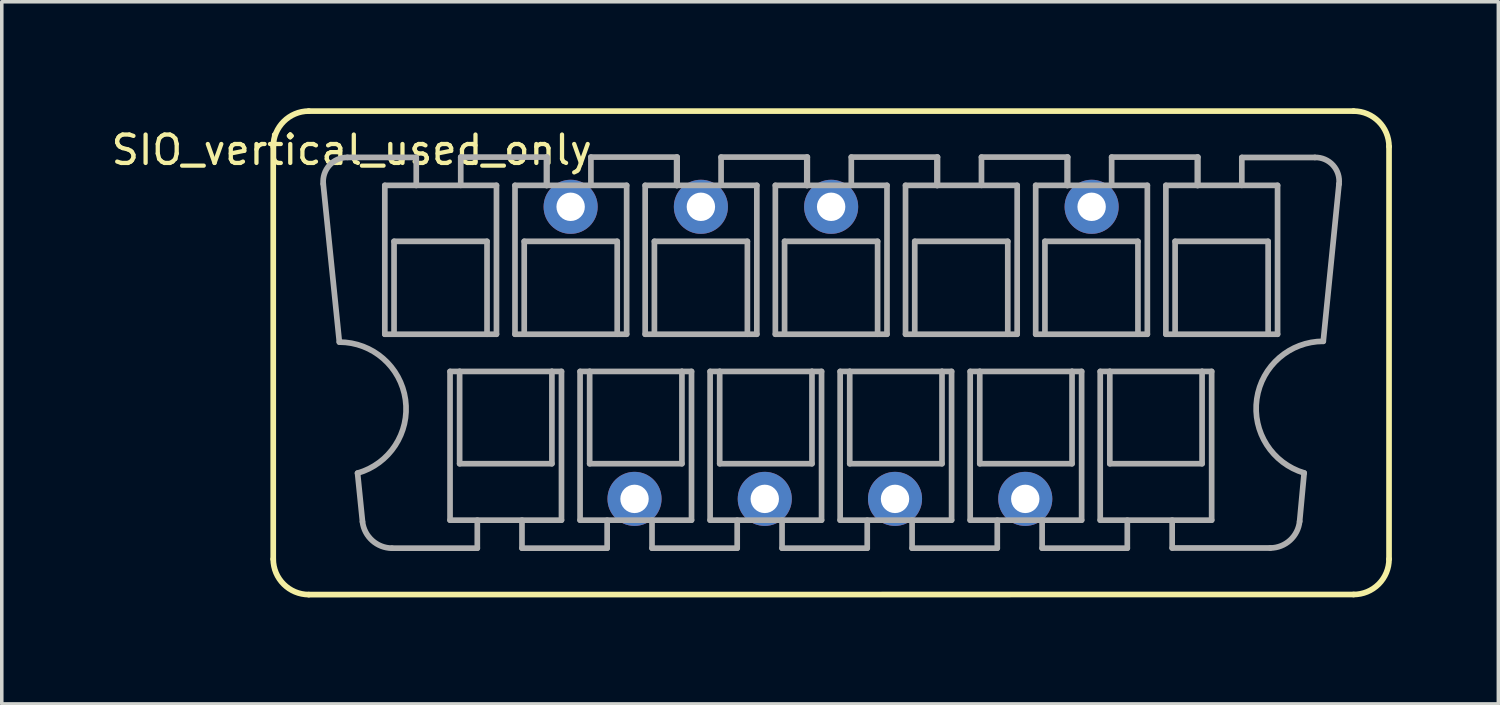
<source format=kicad_pcb>
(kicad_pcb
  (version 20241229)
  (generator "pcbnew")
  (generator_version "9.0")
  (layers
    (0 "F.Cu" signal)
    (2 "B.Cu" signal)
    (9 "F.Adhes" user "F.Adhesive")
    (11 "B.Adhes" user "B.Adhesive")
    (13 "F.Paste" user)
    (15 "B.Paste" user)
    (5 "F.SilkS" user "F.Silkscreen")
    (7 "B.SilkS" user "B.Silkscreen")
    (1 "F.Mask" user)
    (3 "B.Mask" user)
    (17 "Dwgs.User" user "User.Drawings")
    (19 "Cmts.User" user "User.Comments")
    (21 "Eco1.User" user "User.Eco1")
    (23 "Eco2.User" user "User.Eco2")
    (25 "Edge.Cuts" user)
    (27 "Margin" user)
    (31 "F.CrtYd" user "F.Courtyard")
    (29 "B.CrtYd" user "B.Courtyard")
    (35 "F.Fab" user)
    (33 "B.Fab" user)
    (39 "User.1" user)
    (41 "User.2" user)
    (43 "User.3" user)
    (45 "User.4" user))
  (footprint "SIO_vertical_used_only"
    (layer "F.Cu")
    (at 20.369 6.892)
    (property "Reference" "SIO_vertical_used_only" (at -13.507 -5.715 180) (layer "F.SilkS") (effects (font (size 0.8 0.8) (thickness 0.12))))
    (attr through_hole)
    (fp_line (start -15.72 5.812) (end -15.72 -5.812) (stroke (width 0.16) (type solid)) (layer "F.SilkS"))
    (fp_line (start -14.72 -6.812) (end 14.72 -6.812) (stroke (width 0.16) (type solid)) (layer "F.SilkS"))
    (fp_line (start 14.721 6.809) (end -14.72 6.812) (stroke (width 0.16) (type solid)) (layer "F.SilkS"))
    (fp_line (start 15.72 -5.812) (end 15.72 5.812) (stroke (width 0.16) (type solid)) (layer "F.SilkS"))
    (fp_arc (start -15.719997 -5.812524) (mid -15.425466 -6.517836) (end -14.72 -6.812) (stroke (width 0.16) (type solid)) (layer "F.SilkS"))
    (fp_arc (start -14.721002 6.811997) (mid -15.426586 6.517877) (end -15.72 5.812) (stroke (width 0.16) (type solid)) (layer "F.SilkS"))
    (fp_arc (start 14.719747 -6.812) (mid 15.426725 -6.518904) (end 15.72 -5.812) (stroke (width 0.16) (type solid)) (layer "F.SilkS"))
    (fp_arc (start 15.720002 5.81226) (mid 15.427187 6.517785) (end 14.721 6.809) (stroke (width 0.16) (type solid)) (layer "F.SilkS"))
    (fp_line (start -13.857 -0.304) (end -14.311 -4.759) (stroke (width 0.16) (type solid)) (layer "F.Fab"))
    (fp_line (start -13.631 -5.507) (end -11.7 -5.507) (stroke (width 0.16) (type solid)) (layer "F.Fab"))
    (fp_line (start -13.344 3.389) (end -13.205 4.755) (stroke (width 0.16) (type solid)) (layer "F.Fab"))
    (fp_line (start -12.576 -4.719) (end -12.576 -0.524) (stroke (width 0.16) (type solid)) (layer "F.Fab"))
    (fp_line (start -12.576 -0.524) (end -9.43 -0.524) (stroke (width 0.16) (type solid)) (layer "F.Fab"))
    (fp_line (start -12.375 5.504) (end -9.97 5.504) (stroke (width 0.16) (type solid)) (layer "F.Fab"))
    (fp_line (start -12.316 -3.142) (end -9.696 -3.142) (stroke (width 0.16) (type solid)) (layer "F.Fab"))
    (fp_line (start -12.316 -0.529) (end -12.316 -3.142) (stroke (width 0.16) (type solid)) (layer "F.Fab"))
    (fp_line (start -11.69 -5.511) (end -11.69 -4.716) (stroke (width 0.16) (type solid)) (layer "F.Fab"))
    (fp_line (start -10.738 4.714) (end -10.738 0.524) (stroke (width 0.16) (type solid)) (layer "F.Fab"))
    (fp_line (start -10.738 4.714) (end -7.598 4.714) (stroke (width 0.16) (type solid)) (layer "F.Fab"))
    (fp_line (start -10.468 0.524) (end -10.738 0.524) (stroke (width 0.16) (type solid)) (layer "F.Fab"))
    (fp_line (start -10.468 0.524) (end -7.868 0.524) (stroke (width 0.16) (type solid)) (layer "F.Fab"))
    (fp_line (start -10.468 3.124) (end -10.468 0.524) (stroke (width 0.16) (type solid)) (layer "F.Fab"))
    (fp_line (start -10.468 3.124) (end -7.868 3.124) (stroke (width 0.16) (type solid)) (layer "F.Fab"))
    (fp_line (start -10.437 -5.516) (end -10.437 -4.719) (stroke (width 0.16) (type solid)) (layer "F.Fab"))
    (fp_line (start -10.437 -5.516) (end -8.007 -5.516) (stroke (width 0.16) (type solid)) (layer "F.Fab"))
    (fp_line (start -9.97 5.504) (end -9.97 4.714) (stroke (width 0.16) (type solid)) (layer "F.Fab"))
    (fp_line (start -9.696 -3.142) (end -9.696 -0.524) (stroke (width 0.16) (type solid)) (layer "F.Fab"))
    (fp_line (start -9.43 -4.719) (end -12.576 -4.719) (stroke (width 0.16) (type solid)) (layer "F.Fab"))
    (fp_line (start -9.43 -0.524) (end -9.43 -4.719) (stroke (width 0.16) (type solid)) (layer "F.Fab"))
    (fp_line (start -8.908 -4.719) (end -8.908 -0.524) (stroke (width 0.16) (type solid)) (layer "F.Fab"))
    (fp_line (start -8.908 -0.524) (end -5.762 -0.524) (stroke (width 0.16) (type solid)) (layer "F.Fab"))
    (fp_line (start -8.711 5.504) (end -8.711 4.714) (stroke (width 0.16) (type solid)) (layer "F.Fab"))
    (fp_line (start -8.711 5.504) (end -6.311 5.504) (stroke (width 0.16) (type solid)) (layer "F.Fab"))
    (fp_line (start -8.648 -3.142) (end -6.028 -3.142) (stroke (width 0.16) (type solid)) (layer "F.Fab"))
    (fp_line (start -8.648 -0.529) (end -8.648 -3.142) (stroke (width 0.16) (type solid)) (layer "F.Fab"))
    (fp_line (start -8.022 -5.511) (end -8.022 -4.716) (stroke (width 0.16) (type solid)) (layer "F.Fab"))
    (fp_line (start -8.007 -5.516) (end -8.007 -4.716) (stroke (width 0.16) (type solid)) (layer "F.Fab"))
    (fp_line (start -7.868 0.524) (end -7.598 0.524) (stroke (width 0.16) (type solid)) (layer "F.Fab"))
    (fp_line (start -7.868 3.124) (end -7.868 0.524) (stroke (width 0.16) (type solid)) (layer "F.Fab"))
    (fp_line (start -7.598 4.714) (end -7.598 0.524) (stroke (width 0.16) (type solid)) (layer "F.Fab"))
    (fp_line (start -7.074 4.714) (end -7.074 0.524) (stroke (width 0.16) (type solid)) (layer "F.Fab"))
    (fp_line (start -7.074 4.714) (end -3.934 4.714) (stroke (width 0.16) (type solid)) (layer "F.Fab"))
    (fp_line (start -6.804 0.524) (end -7.074 0.524) (stroke (width 0.16) (type solid)) (layer "F.Fab"))
    (fp_line (start -6.804 0.524) (end -4.204 0.524) (stroke (width 0.16) (type solid)) (layer "F.Fab"))
    (fp_line (start -6.804 3.124) (end -6.804 0.524) (stroke (width 0.16) (type solid)) (layer "F.Fab"))
    (fp_line (start -6.804 3.124) (end -4.204 3.124) (stroke (width 0.16) (type solid)) (layer "F.Fab"))
    (fp_line (start -6.769 -5.516) (end -6.769 -4.719) (stroke (width 0.16) (type solid)) (layer "F.Fab"))
    (fp_line (start -6.769 -5.516) (end -4.339 -5.516) (stroke (width 0.16) (type solid)) (layer "F.Fab"))
    (fp_line (start -6.311 5.504) (end -6.311 4.716) (stroke (width 0.16) (type solid)) (layer "F.Fab"))
    (fp_line (start -6.028 -3.142) (end -6.028 -0.524) (stroke (width 0.16) (type solid)) (layer "F.Fab"))
    (fp_line (start -5.762 -4.719) (end -8.908 -4.719) (stroke (width 0.16) (type solid)) (layer "F.Fab"))
    (fp_line (start -5.762 -0.524) (end -5.762 -4.719) (stroke (width 0.16) (type solid)) (layer "F.Fab"))
    (fp_line (start -5.24 -4.719) (end -5.24 -0.524) (stroke (width 0.16) (type solid)) (layer "F.Fab"))
    (fp_line (start -5.24 -0.524) (end -2.094 -0.524) (stroke (width 0.16) (type solid)) (layer "F.Fab"))
    (fp_line (start -5.047 5.504) (end -5.047 4.714) (stroke (width 0.16) (type solid)) (layer "F.Fab"))
    (fp_line (start -5.047 5.504) (end -2.647 5.504) (stroke (width 0.16) (type solid)) (layer "F.Fab"))
    (fp_line (start -4.98 -3.142) (end -2.36 -3.142) (stroke (width 0.16) (type solid)) (layer "F.Fab"))
    (fp_line (start -4.98 -0.529) (end -4.98 -3.142) (stroke (width 0.16) (type solid)) (layer "F.Fab"))
    (fp_line (start -4.354 -5.511) (end -4.354 -4.716) (stroke (width 0.16) (type solid)) (layer "F.Fab"))
    (fp_line (start -4.339 -5.516) (end -4.339 -4.716) (stroke (width 0.16) (type solid)) (layer "F.Fab"))
    (fp_line (start -4.204 0.524) (end -3.934 0.524) (stroke (width 0.16) (type solid)) (layer "F.Fab"))
    (fp_line (start -4.204 3.124) (end -4.204 0.524) (stroke (width 0.16) (type solid)) (layer "F.Fab"))
    (fp_line (start -3.934 4.714) (end -3.934 0.524) (stroke (width 0.16) (type solid)) (layer "F.Fab"))
    (fp_line (start -3.41 4.714) (end -3.41 0.524) (stroke (width 0.16) (type solid)) (layer "F.Fab"))
    (fp_line (start -3.41 4.714) (end -0.27 4.714) (stroke (width 0.16) (type solid)) (layer "F.Fab"))
    (fp_line (start -3.14 0.524) (end -3.41 0.524) (stroke (width 0.16) (type solid)) (layer "F.Fab"))
    (fp_line (start -3.14 0.524) (end -0.54 0.524) (stroke (width 0.16) (type solid)) (layer "F.Fab"))
    (fp_line (start -3.14 3.124) (end -3.14 0.524) (stroke (width 0.16) (type solid)) (layer "F.Fab"))
    (fp_line (start -3.14 3.124) (end -0.54 3.124) (stroke (width 0.16) (type solid)) (layer "F.Fab"))
    (fp_line (start -3.101 -5.516) (end -3.101 -4.719) (stroke (width 0.16) (type solid)) (layer "F.Fab"))
    (fp_line (start -3.101 -5.516) (end -0.671 -5.516) (stroke (width 0.16) (type solid)) (layer "F.Fab"))
    (fp_line (start -2.647 5.504) (end -2.647 4.716) (stroke (width 0.16) (type solid)) (layer "F.Fab"))
    (fp_line (start -2.36 -3.142) (end -2.36 -0.524) (stroke (width 0.16) (type solid)) (layer "F.Fab"))
    (fp_line (start -2.094 -4.719) (end -5.24 -4.719) (stroke (width 0.16) (type solid)) (layer "F.Fab"))
    (fp_line (start -2.094 -0.524) (end -2.094 -4.719) (stroke (width 0.16) (type solid)) (layer "F.Fab"))
    (fp_line (start -1.572 -4.719) (end -1.572 -0.524) (stroke (width 0.16) (type solid)) (layer "F.Fab"))
    (fp_line (start -1.572 -0.524) (end 1.574 -0.524) (stroke (width 0.16) (type solid)) (layer "F.Fab"))
    (fp_line (start -1.383 5.504) (end -1.383 4.714) (stroke (width 0.16) (type solid)) (layer "F.Fab"))
    (fp_line (start -1.383 5.504) (end 1.017 5.504) (stroke (width 0.16) (type solid)) (layer "F.Fab"))
    (fp_line (start -1.312 -3.142) (end 1.309 -3.142) (stroke (width 0.16) (type solid)) (layer "F.Fab"))
    (fp_line (start -1.312 -0.529) (end -1.312 -3.142) (stroke (width 0.16) (type solid)) (layer "F.Fab"))
    (fp_line (start -0.686 -5.511) (end -0.686 -4.716) (stroke (width 0.16) (type solid)) (layer "F.Fab"))
    (fp_line (start -0.671 -5.516) (end -0.671 -4.716) (stroke (width 0.16) (type solid)) (layer "F.Fab"))
    (fp_line (start -0.54 0.524) (end -0.27 0.524) (stroke (width 0.16) (type solid)) (layer "F.Fab"))
    (fp_line (start -0.54 3.124) (end -0.54 0.524) (stroke (width 0.16) (type solid)) (layer "F.Fab"))
    (fp_line (start -0.27 4.714) (end -0.27 0.524) (stroke (width 0.16) (type solid)) (layer "F.Fab"))
    (fp_line (start 0.254 4.714) (end 0.254 0.524) (stroke (width 0.16) (type solid)) (layer "F.Fab"))
    (fp_line (start 0.254 4.714) (end 3.394 4.714) (stroke (width 0.16) (type solid)) (layer "F.Fab"))
    (fp_line (start 0.524 0.524) (end 0.254 0.524) (stroke (width 0.16) (type solid)) (layer "F.Fab"))
    (fp_line (start 0.524 0.524) (end 3.124 0.524) (stroke (width 0.16) (type solid)) (layer "F.Fab"))
    (fp_line (start 0.524 3.124) (end 0.524 0.524) (stroke (width 0.16) (type solid)) (layer "F.Fab"))
    (fp_line (start 0.524 3.124) (end 3.124 3.124) (stroke (width 0.16) (type solid)) (layer "F.Fab"))
    (fp_line (start 0.568 -5.516) (end 0.568 -4.719) (stroke (width 0.16) (type solid)) (layer "F.Fab"))
    (fp_line (start 0.568 -5.516) (end 2.997 -5.516) (stroke (width 0.16) (type solid)) (layer "F.Fab"))
    (fp_line (start 1.017 5.504) (end 1.017 4.716) (stroke (width 0.16) (type solid)) (layer "F.Fab"))
    (fp_line (start 1.309 -3.142) (end 1.309 -0.524) (stroke (width 0.16) (type solid)) (layer "F.Fab"))
    (fp_line (start 1.574 -4.719) (end -1.572 -4.719) (stroke (width 0.16) (type solid)) (layer "F.Fab"))
    (fp_line (start 1.574 -0.524) (end 1.574 -4.719) (stroke (width 0.16) (type solid)) (layer "F.Fab"))
    (fp_line (start 2.096 -4.719) (end 2.096 -0.524) (stroke (width 0.16) (type solid)) (layer "F.Fab"))
    (fp_line (start 2.096 -0.524) (end 5.242 -0.524) (stroke (width 0.16) (type solid)) (layer "F.Fab"))
    (fp_line (start 2.281 5.504) (end 2.281 4.714) (stroke (width 0.16) (type solid)) (layer "F.Fab"))
    (fp_line (start 2.281 5.504) (end 4.681 5.504) (stroke (width 0.16) (type solid)) (layer "F.Fab"))
    (fp_line (start 2.356 -3.142) (end 4.977 -3.142) (stroke (width 0.16) (type solid)) (layer "F.Fab"))
    (fp_line (start 2.356 -0.529) (end 2.356 -3.142) (stroke (width 0.16) (type solid)) (layer "F.Fab"))
    (fp_line (start 2.982 -5.511) (end 2.982 -4.716) (stroke (width 0.16) (type solid)) (layer "F.Fab"))
    (fp_line (start 2.997 -5.516) (end 2.997 -4.716) (stroke (width 0.16) (type solid)) (layer "F.Fab"))
    (fp_line (start 3.124 0.524) (end 3.394 0.524) (stroke (width 0.16) (type solid)) (layer "F.Fab"))
    (fp_line (start 3.124 3.124) (end 3.124 0.524) (stroke (width 0.16) (type solid)) (layer "F.Fab"))
    (fp_line (start 3.394 4.714) (end 3.394 0.524) (stroke (width 0.16) (type solid)) (layer "F.Fab"))
    (fp_line (start 3.918 4.714) (end 3.918 0.524) (stroke (width 0.16) (type solid)) (layer "F.Fab"))
    (fp_line (start 3.918 4.714) (end 7.058 4.714) (stroke (width 0.16) (type solid)) (layer "F.Fab"))
    (fp_line (start 4.188 0.524) (end 3.918 0.524) (stroke (width 0.16) (type solid)) (layer "F.Fab"))
    (fp_line (start 4.188 0.524) (end 6.788 0.524) (stroke (width 0.16) (type solid)) (layer "F.Fab"))
    (fp_line (start 4.188 3.124) (end 4.188 0.524) (stroke (width 0.16) (type solid)) (layer "F.Fab"))
    (fp_line (start 4.188 3.124) (end 6.788 3.124) (stroke (width 0.16) (type solid)) (layer "F.Fab"))
    (fp_line (start 4.236 -5.516) (end 4.236 -4.719) (stroke (width 0.16) (type solid)) (layer "F.Fab"))
    (fp_line (start 4.236 -5.516) (end 6.665 -5.516) (stroke (width 0.16) (type solid)) (layer "F.Fab"))
    (fp_line (start 4.681 5.504) (end 4.681 4.716) (stroke (width 0.16) (type solid)) (layer "F.Fab"))
    (fp_line (start 4.977 -3.142) (end 4.977 -0.524) (stroke (width 0.16) (type solid)) (layer "F.Fab"))
    (fp_line (start 5.242 -4.719) (end 2.096 -4.719) (stroke (width 0.16) (type solid)) (layer "F.Fab"))
    (fp_line (start 5.242 -0.524) (end 5.242 -4.719) (stroke (width 0.16) (type solid)) (layer "F.Fab"))
    (fp_line (start 5.764 -4.719) (end 5.764 -0.524) (stroke (width 0.16) (type solid)) (layer "F.Fab"))
    (fp_line (start 5.764 -0.524) (end 8.91 -0.524) (stroke (width 0.16) (type solid)) (layer "F.Fab"))
    (fp_line (start 5.945 5.504) (end 5.945 4.714) (stroke (width 0.16) (type solid)) (layer "F.Fab"))
    (fp_line (start 5.945 5.504) (end 8.345 5.504) (stroke (width 0.16) (type solid)) (layer "F.Fab"))
    (fp_line (start 6.024 -3.142) (end 8.645 -3.142) (stroke (width 0.16) (type solid)) (layer "F.Fab"))
    (fp_line (start 6.024 -0.529) (end 6.024 -3.142) (stroke (width 0.16) (type solid)) (layer "F.Fab"))
    (fp_line (start 6.65 -5.511) (end 6.65 -4.716) (stroke (width 0.16) (type solid)) (layer "F.Fab"))
    (fp_line (start 6.665 -5.516) (end 6.665 -4.716) (stroke (width 0.16) (type solid)) (layer "F.Fab"))
    (fp_line (start 6.788 0.524) (end 7.058 0.524) (stroke (width 0.16) (type solid)) (layer "F.Fab"))
    (fp_line (start 6.788 3.124) (end 6.788 0.524) (stroke (width 0.16) (type solid)) (layer "F.Fab"))
    (fp_line (start 7.058 4.714) (end 7.058 0.524) (stroke (width 0.16) (type solid)) (layer "F.Fab"))
    (fp_line (start 7.582 4.714) (end 7.582 0.524) (stroke (width 0.16) (type solid)) (layer "F.Fab"))
    (fp_line (start 7.582 4.714) (end 10.722 4.714) (stroke (width 0.16) (type solid)) (layer "F.Fab"))
    (fp_line (start 7.852 0.524) (end 7.582 0.524) (stroke (width 0.16) (type solid)) (layer "F.Fab"))
    (fp_line (start 7.852 0.524) (end 10.452 0.524) (stroke (width 0.16) (type solid)) (layer "F.Fab"))
    (fp_line (start 7.852 3.124) (end 7.852 0.524) (stroke (width 0.16) (type solid)) (layer "F.Fab"))
    (fp_line (start 7.852 3.124) (end 10.452 3.124) (stroke (width 0.16) (type solid)) (layer "F.Fab"))
    (fp_line (start 7.904 -5.516) (end 7.904 -4.719) (stroke (width 0.16) (type solid)) (layer "F.Fab"))
    (fp_line (start 7.904 -5.516) (end 10.333 -5.516) (stroke (width 0.16) (type solid)) (layer "F.Fab"))
    (fp_line (start 8.345 5.504) (end 8.345 4.716) (stroke (width 0.16) (type solid)) (layer "F.Fab"))
    (fp_line (start 8.645 -3.142) (end 8.645 -0.524) (stroke (width 0.16) (type solid)) (layer "F.Fab"))
    (fp_line (start 8.91 -4.719) (end 5.764 -4.719) (stroke (width 0.16) (type solid)) (layer "F.Fab"))
    (fp_line (start 8.91 -0.524) (end 8.91 -4.719) (stroke (width 0.16) (type solid)) (layer "F.Fab"))
    (fp_line (start 9.432 -4.719) (end 9.432 -0.524) (stroke (width 0.16) (type solid)) (layer "F.Fab"))
    (fp_line (start 9.432 -0.524) (end 12.579 -0.524) (stroke (width 0.16) (type solid)) (layer "F.Fab"))
    (fp_line (start 9.609 5.499) (end 9.609 4.714) (stroke (width 0.16) (type solid)) (layer "F.Fab"))
    (fp_line (start 9.609 5.499) (end 12.375 5.499) (stroke (width 0.16) (type solid)) (layer "F.Fab"))
    (fp_line (start 9.692 -3.142) (end 12.313 -3.142) (stroke (width 0.16) (type solid)) (layer "F.Fab"))
    (fp_line (start 9.692 -0.529) (end 9.692 -3.142) (stroke (width 0.16) (type solid)) (layer "F.Fab"))
    (fp_line (start 10.318 -5.511) (end 10.318 -4.716) (stroke (width 0.16) (type solid)) (layer "F.Fab"))
    (fp_line (start 10.333 -5.516) (end 10.333 -4.716) (stroke (width 0.16) (type solid)) (layer "F.Fab"))
    (fp_line (start 10.452 0.524) (end 10.722 0.524) (stroke (width 0.16) (type solid)) (layer "F.Fab"))
    (fp_line (start 10.452 3.124) (end 10.452 0.524) (stroke (width 0.16) (type solid)) (layer "F.Fab"))
    (fp_line (start 10.722 4.714) (end 10.722 0.524) (stroke (width 0.16) (type solid)) (layer "F.Fab"))
    (fp_line (start 11.572 -5.505) (end 11.572 -4.719) (stroke (width 0.16) (type solid)) (layer "F.Fab"))
    (fp_line (start 11.572 -5.505) (end 13.632 -5.505) (stroke (width 0.16) (type solid)) (layer "F.Fab"))
    (fp_line (start 12.313 -3.142) (end 12.313 -0.524) (stroke (width 0.16) (type solid)) (layer "F.Fab"))
    (fp_line (start 12.579 -4.719) (end 9.432 -4.719) (stroke (width 0.16) (type solid)) (layer "F.Fab"))
    (fp_line (start 12.579 -0.524) (end 12.579 -4.719) (stroke (width 0.16) (type solid)) (layer "F.Fab"))
    (fp_line (start 13.201 4.749) (end 13.328 3.385) (stroke (width 0.16) (type solid)) (layer "F.Fab"))
    (fp_line (start 14.31 -4.755) (end 13.867 -0.325) (stroke (width 0.16) (type solid)) (layer "F.Fab"))
    (fp_arc (start -14.310636 -4.759377) (mid -14.137171 -5.284414) (end -13.631 -5.507) (stroke (width 0.16) (type solid)) (layer "F.Fab"))
    (fp_arc (start -13.857126 -0.302567) (mid -11.99435 1.319954) (end -13.344 3.389) (stroke (width 0.16) (type solid)) (layer "F.Fab"))
    (fp_arc (start -12.37583 5.504344) (mid -12.929576 5.28861) (end -13.205 4.762) (stroke (width 0.16) (type solid)) (layer "F.Fab"))
    (fp_arc (start 13.200504 4.748924) (mid 12.93089 5.281494) (end 12.375 5.499) (stroke (width 0.16) (type solid)) (layer "F.Fab"))
    (fp_arc (start 13.328334 3.384191) (mid 11.994661 1.2968) (end 13.867 -0.325) (stroke (width 0.16) (type solid)) (layer "F.Fab"))
    (fp_arc (start 13.632874 -5.506026) (mid 14.143255 -5.285425) (end 14.31 -4.755) (stroke (width 0.16) (type solid)) (layer "F.Fab"))
    (pad "3" thru_hole circle (at -7.34 -4.115) (size 1.524 1.524) (drill 0.8) (layers "*.Cu" "*.Mask"))
    (pad "4" thru_hole circle (at -5.54 4.115) (size 1.524 1.524) (drill 0.8) (layers "*.Cu" "*.Mask"))
    (pad "5" thru_hole circle (at -3.67 -4.115) (size 1.524 1.524) (drill 0.8) (layers "*.Cu" "*.Mask"))
    (pad "6" thru_hole circle (at -1.87 4.115) (size 1.524 1.524) (drill 0.8) (layers "*.Cu" "*.Mask"))
    (pad "7" thru_hole circle (at 0 -4.115) (size 1.524 1.524) (drill 0.8) (layers "*.Cu" "*.Mask"))
    (pad "8" thru_hole circle (at 1.8 4.115) (size 1.524 1.524) (drill 0.8) (layers "*.Cu" "*.Mask"))
    (pad "10" thru_hole circle (at 5.47 4.115) (size 1.524 1.524) (drill 0.8) (layers "*.Cu" "*.Mask"))
    (pad "11" thru_hole circle (at 7.34 -4.115) (size 1.524 1.524) (drill 0.8) (layers "*.Cu" "*.Mask")))
  (gr_rect
    (start -3 -3)
    (end 39.169 16.784)
    (stroke (width 0.1) (type default))
    (fill no)
    (layer "Edge.Cuts")))
</source>
